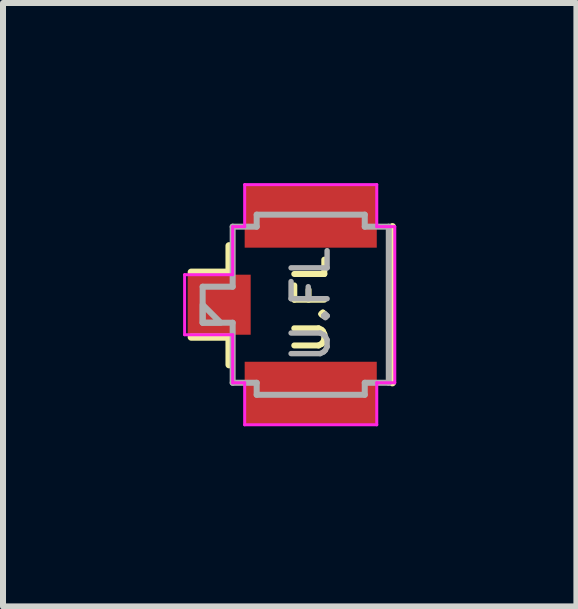
<source format=kicad_pcb>
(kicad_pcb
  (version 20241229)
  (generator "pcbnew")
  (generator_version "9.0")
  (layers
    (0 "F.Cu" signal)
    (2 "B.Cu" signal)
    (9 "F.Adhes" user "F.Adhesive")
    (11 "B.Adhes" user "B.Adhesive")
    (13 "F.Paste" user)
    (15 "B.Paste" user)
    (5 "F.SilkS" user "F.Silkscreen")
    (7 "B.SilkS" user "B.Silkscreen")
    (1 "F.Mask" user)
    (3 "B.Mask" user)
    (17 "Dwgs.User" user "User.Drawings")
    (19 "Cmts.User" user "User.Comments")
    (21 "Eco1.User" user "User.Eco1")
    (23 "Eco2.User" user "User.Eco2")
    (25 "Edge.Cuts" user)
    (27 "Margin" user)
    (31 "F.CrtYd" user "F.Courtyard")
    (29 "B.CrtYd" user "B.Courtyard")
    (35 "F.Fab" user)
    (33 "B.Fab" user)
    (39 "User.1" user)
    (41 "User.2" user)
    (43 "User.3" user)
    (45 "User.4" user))
  (footprint "U.FL"
    (layer "F.Cu")
    (at 2.125 2.025)
    (property "Reference" "U.FL" (at 0 0 90) (layer "F.SilkS") (effects (font (size 0.5 0.5) (thickness 0.1))))
    (attr smd)
    (fp_line (start -1.36 -0.982) (end -1.36 -0.542) (stroke (width 0.12) (type solid)) (layer "F.SilkS"))
    (fp_line (start -1.36 -0.542) (end -1.99 -0.542) (stroke (width 0.12) (type solid)) (layer "F.SilkS"))
    (fp_line (start -1.36 0.54) (end -1.99 0.54) (stroke (width 0.12) (type solid)) (layer "F.SilkS"))
    (fp_line (start -1.36 1) (end -1.36 0.56) (stroke (width 0.12) (type solid)) (layer "F.SilkS"))
    (fp_line (start 1.36 -1.3) (end 1.36 1.3) (stroke (width 0.12) (type solid)) (layer "F.SilkS"))
    (fp_line (start -2.1 0.5) (end -2.1 -0.5) (stroke (width 0.05) (type solid)) (layer "F.CrtYd"))
    (fp_line (start -1.3 -1.3) (end -1.1 -1.3) (stroke (width 0.05) (type solid)) (layer "F.CrtYd"))
    (fp_line (start -1.3 -0.5) (end -2.1 -0.5) (stroke (width 0.05) (type solid)) (layer "F.CrtYd"))
    (fp_line (start -1.3 -0.5) (end -1.3 -1.3) (stroke (width 0.05) (type solid)) (layer "F.CrtYd"))
    (fp_line (start -1.3 0.5) (end -2.1 0.5) (stroke (width 0.05) (type solid)) (layer "F.CrtYd"))
    (fp_line (start -1.3 1.3) (end -1.3 0.5) (stroke (width 0.05) (type solid)) (layer "F.CrtYd"))
    (fp_line (start -1.3 1.3) (end -1.1 1.3) (stroke (width 0.05) (type solid)) (layer "F.CrtYd"))
    (fp_line (start -1.1 -1.3) (end -1.1 -2) (stroke (width 0.05) (type solid)) (layer "F.CrtYd"))
    (fp_line (start -1.1 2) (end -1.1 1.3) (stroke (width 0.05) (type solid)) (layer "F.CrtYd"))
    (fp_line (start 1.1 -2) (end -1.1 -2) (stroke (width 0.05) (type solid)) (layer "F.CrtYd"))
    (fp_line (start 1.1 -1.3) (end 1.1 -2) (stroke (width 0.05) (type solid)) (layer "F.CrtYd"))
    (fp_line (start 1.1 -1.3) (end 1.4 -1.3) (stroke (width 0.05) (type solid)) (layer "F.CrtYd"))
    (fp_line (start 1.1 1.3) (end 1.4 1.3) (stroke (width 0.05) (type solid)) (layer "F.CrtYd"))
    (fp_line (start 1.1 2) (end -1.1 2) (stroke (width 0.05) (type solid)) (layer "F.CrtYd"))
    (fp_line (start 1.1 2) (end 1.1 1.3) (stroke (width 0.05) (type solid)) (layer "F.CrtYd"))
    (fp_line (start 1.4 1.3) (end 1.4 -1.3) (stroke (width 0.05) (type solid)) (layer "F.CrtYd"))
    (fp_line (start -1.8 -0.3) (end -1.3 -0.3) (stroke (width 0.1) (type solid)) (layer "F.Fab"))
    (fp_line (start -1.8 0.3) (end -1.8 -0.3) (stroke (width 0.1) (type solid)) (layer "F.Fab"))
    (fp_line (start -1.8 0.3) (end -1.3 0.3) (stroke (width 0.1) (type solid)) (layer "F.Fab"))
    (fp_line (start -1.3 -0.3) (end -1.3 -1.3) (stroke (width 0.1) (type solid)) (layer "F.Fab"))
    (fp_line (start -1.3 0.3) (end -1.3 1.3) (stroke (width 0.1) (type solid)) (layer "F.Fab"))
    (fp_line (start -0.9 -1.5) (end -0.9 -1.3) (stroke (width 0.1) (type solid)) (layer "F.Fab"))
    (fp_line (start -0.9 -1.5) (end 0.9 -1.5) (stroke (width 0.1) (type solid)) (layer "F.Fab"))
    (fp_line (start -0.9 -1.3) (end -1.3 -1.3) (stroke (width 0.1) (type solid)) (layer "F.Fab"))
    (fp_line (start -0.9 1.3) (end -1.3 1.3) (stroke (width 0.1) (type solid)) (layer "F.Fab"))
    (fp_line (start -0.9 1.5) (end -0.9 1.3) (stroke (width 0.1) (type solid)) (layer "F.Fab"))
    (fp_line (start -0.9 1.5) (end 0.9 1.5) (stroke (width 0.1) (type solid)) (layer "F.Fab"))
    (fp_line (start 0.9 -1.5) (end 0.9 -1.3) (stroke (width 0.1) (type solid)) (layer "F.Fab"))
    (fp_line (start 0.9 1.5) (end 0.9 1.3) (stroke (width 0.1) (type solid)) (layer "F.Fab"))
    (fp_line (start 1.3 -1.3) (end 0.9 -1.3) (stroke (width 0.1) (type solid)) (layer "F.Fab"))
    (fp_line (start 1.3 -1.3) (end 1.3 1.3) (stroke (width 0.1) (type solid)) (layer "F.Fab"))
    (fp_line (start 1.3 1.3) (end 0.9 1.3) (stroke (width 0.1) (type solid)) (layer "F.Fab"))
    (fp_poly (pts (xy -1.5 0.3) (xy -1.8 0.3) (xy -1.8 0)) (stroke (width 0.1) (type solid)) (fill no) (layer "F.Fab"))
    (fp_text user "${REFERENCE}" (at 0 0 90) (layer "F.Fab") (effects (font (size 0.6 0.6) (thickness 0.09))))
    (pad "1" smd rect (at -1.525 0) (size 1.05 1) (layers "F.Cu" "F.Mask" "F.Paste"))
    (pad "2" smd rect (at 0 -1.475) (size 2.2 1.05) (layers "F.Cu" "F.Mask" "F.Paste"))
    (pad "2" smd rect (at 0 1.475) (size 2.2 1.05) (layers "F.Cu" "F.Mask" "F.Paste")))
  (gr_rect
    (start -3 -3)
    (end 6.55 7.05)
    (stroke (width 0.1) (type default))
    (fill no)
    (layer "Edge.Cuts")))
</source>
